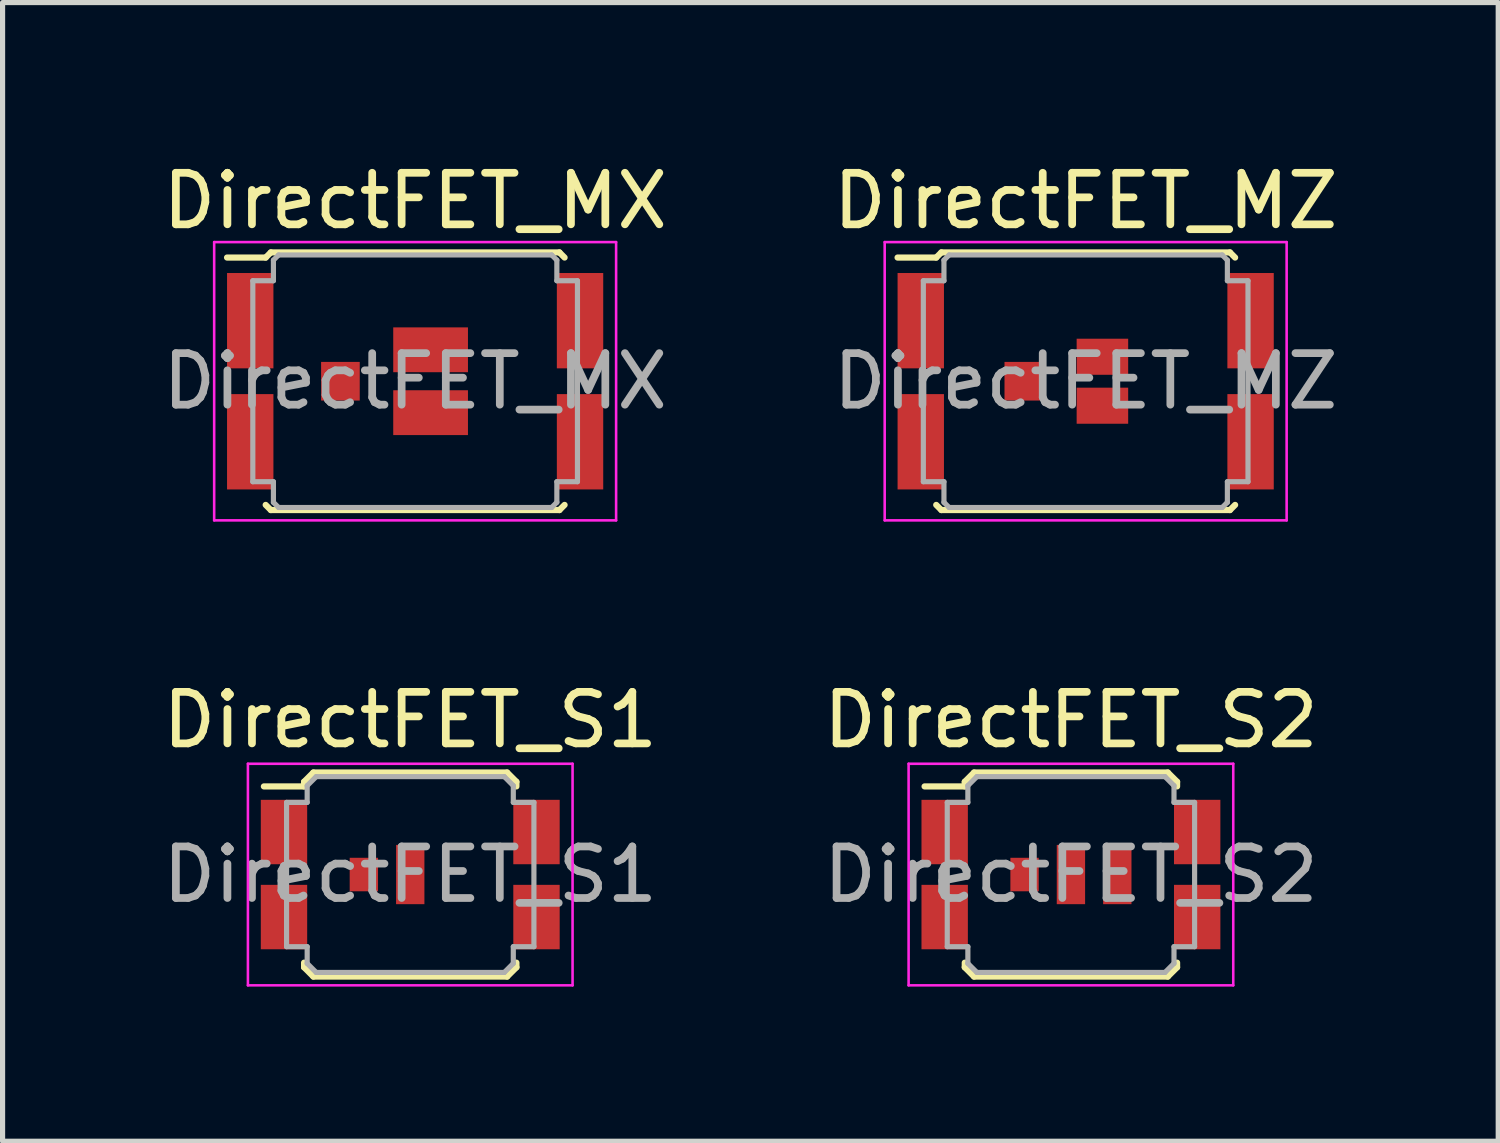
<source format=kicad_pcb>
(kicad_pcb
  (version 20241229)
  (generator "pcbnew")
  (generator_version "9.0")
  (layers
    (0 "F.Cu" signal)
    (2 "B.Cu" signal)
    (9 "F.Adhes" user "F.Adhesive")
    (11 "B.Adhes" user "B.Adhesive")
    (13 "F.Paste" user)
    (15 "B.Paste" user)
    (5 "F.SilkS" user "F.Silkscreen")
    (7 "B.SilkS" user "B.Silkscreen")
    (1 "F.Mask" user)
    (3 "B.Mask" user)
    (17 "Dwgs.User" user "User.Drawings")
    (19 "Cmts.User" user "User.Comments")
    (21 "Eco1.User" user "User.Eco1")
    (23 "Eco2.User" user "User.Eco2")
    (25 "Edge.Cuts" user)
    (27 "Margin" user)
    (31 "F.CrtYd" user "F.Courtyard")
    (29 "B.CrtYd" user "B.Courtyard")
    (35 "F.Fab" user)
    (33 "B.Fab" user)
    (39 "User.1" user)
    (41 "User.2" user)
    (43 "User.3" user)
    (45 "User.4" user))
  (footprint "DirectFET_S1"
    (layer "F.Cu")
    (at 4.911 13.921)
    (property "Reference" "DirectFET_S1" (at 0 -3 0) (layer "F.SilkS") (effects (font (size 1 1) (thickness 0.15))))
    (attr smd)
    (fp_line (start -2.84 -1.71) (end -2.06 -1.71) (stroke (width 0.12) (type solid)) (layer "F.SilkS"))
    (fp_line (start -2.06 -1.8) (end -1.88 -1.98) (stroke (width 0.12) (type solid)) (layer "F.SilkS"))
    (fp_line (start -2.06 -1.71) (end -2.06 -1.8) (stroke (width 0.12) (type solid)) (layer "F.SilkS"))
    (fp_line (start -2.06 1.71) (end -2.06 1.8) (stroke (width 0.12) (type solid)) (layer "F.SilkS"))
    (fp_line (start -2.06 1.8) (end -1.88 1.98) (stroke (width 0.12) (type solid)) (layer "F.SilkS"))
    (fp_line (start -1.88 -1.98) (end 1.88 -1.98) (stroke (width 0.12) (type solid)) (layer "F.SilkS"))
    (fp_line (start -1.88 1.98) (end 1.88 1.98) (stroke (width 0.12) (type solid)) (layer "F.SilkS"))
    (fp_line (start 2.06 -1.8) (end 1.88 -1.98) (stroke (width 0.12) (type solid)) (layer "F.SilkS"))
    (fp_line (start 2.06 -1.71) (end 2.06 -1.8) (stroke (width 0.12) (type solid)) (layer "F.SilkS"))
    (fp_line (start 2.06 1.71) (end 2.06 1.8) (stroke (width 0.12) (type solid)) (layer "F.SilkS"))
    (fp_line (start 2.06 1.8) (end 1.88 1.98) (stroke (width 0.12) (type solid)) (layer "F.SilkS"))
    (fp_line (start -3.15 -2.15) (end -3.15 2.15) (stroke (width 0.05) (type solid)) (layer "F.CrtYd"))
    (fp_line (start -3.15 -2.15) (end 3.15 -2.15) (stroke (width 0.05) (type solid)) (layer "F.CrtYd"))
    (fp_line (start -3.15 2.15) (end 3.15 2.15) (stroke (width 0.05) (type solid)) (layer "F.CrtYd"))
    (fp_line (start 3.15 -2.15) (end 3.15 2.15) (stroke (width 0.05) (type solid)) (layer "F.CrtYd"))
    (fp_line (start -2.4 -1.4) (end -2 -1.4) (stroke (width 0.1) (type solid)) (layer "F.Fab"))
    (fp_line (start -2.4 1.4) (end -2.4 -1.4) (stroke (width 0.1) (type solid)) (layer "F.Fab"))
    (fp_line (start -2.4 1.4) (end -2 1.4) (stroke (width 0.1) (type solid)) (layer "F.Fab"))
    (fp_line (start -2 -1.725) (end -1.825 -1.9) (stroke (width 0.1) (type solid)) (layer "F.Fab"))
    (fp_line (start -2 -1.4) (end -2 -1.725) (stroke (width 0.1) (type solid)) (layer "F.Fab"))
    (fp_line (start -2 1.4) (end -2 1.725) (stroke (width 0.1) (type solid)) (layer "F.Fab"))
    (fp_line (start -2 1.725) (end -1.825 1.9) (stroke (width 0.1) (type solid)) (layer "F.Fab"))
    (fp_line (start -1.825 -1.9) (end 1.825 -1.9) (stroke (width 0.1) (type solid)) (layer "F.Fab"))
    (fp_line (start -1.825 1.9) (end 1.825 1.9) (stroke (width 0.1) (type solid)) (layer "F.Fab"))
    (fp_line (start 1.825 -1.9) (end 2 -1.725) (stroke (width 0.1) (type solid)) (layer "F.Fab"))
    (fp_line (start 1.825 1.9) (end 2 1.725) (stroke (width 0.1) (type solid)) (layer "F.Fab"))
    (fp_line (start 2 -1.4) (end 2 -1.725) (stroke (width 0.1) (type solid)) (layer "F.Fab"))
    (fp_line (start 2 1.4) (end 2 1.725) (stroke (width 0.1) (type solid)) (layer "F.Fab"))
    (fp_line (start 2.4 -1.4) (end 2 -1.4) (stroke (width 0.1) (type solid)) (layer "F.Fab"))
    (fp_line (start 2.4 1.4) (end 2 1.4) (stroke (width 0.1) (type solid)) (layer "F.Fab"))
    (fp_line (start 2.4 1.4) (end 2.4 -1.4) (stroke (width 0.1) (type solid)) (layer "F.Fab"))
    (fp_text user "${REFERENCE}" (at 0 0 0) (layer "F.Fab") (effects (font (size 1 1) (thickness 0.15))))
    (pad "1" smd rect (at -2.45 -0.825) (size 0.9 1.25) (layers "F.Cu" "F.Mask" "F.Paste"))
    (pad "1" smd rect (at -2.45 0.825) (size 0.9 1.25) (layers "F.Cu" "F.Mask" "F.Paste"))
    (pad "1" smd rect (at 2.45 -0.825) (size 0.9 1.25) (layers "F.Cu" "F.Mask" "F.Paste"))
    (pad "1" smd rect (at 2.45 0.825) (size 0.9 1.25) (layers "F.Cu" "F.Mask" "F.Paste"))
    (pad "2" smd rect (at -0.9 0) (size 0.55 0.65) (layers "F.Cu" "F.Mask" "F.Paste"))
    (pad "3" smd rect (at 0 0) (size 0.55 1.15) (layers "F.Cu" "F.Mask" "F.Paste")))
  (footprint "DirectFET_MZ"
    (layer "F.Cu")
    (at 18.018 4.348)
    (property "Reference" "DirectFET_MZ" (at 0 -3.5 0) (layer "F.SilkS") (effects (font (size 1 1) (thickness 0.15))))
    (attr smd)
    (fp_line (start -3.65 -2.4) (end -2.9 -2.4) (stroke (width 0.12) (type solid)) (layer "F.SilkS"))
    (fp_line (start -2.9 -2.4) (end -2.8 -2.5) (stroke (width 0.12) (type solid)) (layer "F.SilkS"))
    (fp_line (start -2.8 -2.5) (end 2.8 -2.5) (stroke (width 0.12) (type solid)) (layer "F.SilkS"))
    (fp_line (start -2.8 2.5) (end -2.9 2.4) (stroke (width 0.12) (type solid)) (layer "F.SilkS"))
    (fp_line (start 2.8 -2.5) (end 2.9 -2.4) (stroke (width 0.12) (type solid)) (layer "F.SilkS"))
    (fp_line (start 2.8 2.5) (end -2.8 2.5) (stroke (width 0.12) (type solid)) (layer "F.SilkS"))
    (fp_line (start 2.9 2.4) (end 2.8 2.5) (stroke (width 0.12) (type solid)) (layer "F.SilkS"))
    (fp_line (start -3.9 -2.7) (end -3.9 2.7) (stroke (width 0.05) (type solid)) (layer "F.CrtYd"))
    (fp_line (start -3.9 2.7) (end 3.9 2.7) (stroke (width 0.05) (type solid)) (layer "F.CrtYd"))
    (fp_line (start 3.9 -2.7) (end -3.9 -2.7) (stroke (width 0.05) (type solid)) (layer "F.CrtYd"))
    (fp_line (start 3.9 2.7) (end 3.9 -2.7) (stroke (width 0.05) (type solid)) (layer "F.CrtYd"))
    (fp_line (start -3.15 -1.95) (end -2.75 -1.95) (stroke (width 0.1) (type solid)) (layer "F.Fab"))
    (fp_line (start -3.15 1.95) (end -3.15 -1.95) (stroke (width 0.1) (type solid)) (layer "F.Fab"))
    (fp_line (start -3.15 1.95) (end -2.75 1.95) (stroke (width 0.1) (type solid)) (layer "F.Fab"))
    (fp_line (start -2.75 -2.35) (end -2.65 -2.45) (stroke (width 0.1) (type solid)) (layer "F.Fab"))
    (fp_line (start -2.75 -1.95) (end -2.75 -2.35) (stroke (width 0.1) (type solid)) (layer "F.Fab"))
    (fp_line (start -2.75 1.95) (end -2.75 2.35) (stroke (width 0.1) (type solid)) (layer "F.Fab"))
    (fp_line (start -2.75 2.35) (end -2.65 2.45) (stroke (width 0.1) (type solid)) (layer "F.Fab"))
    (fp_line (start -2.65 2.45) (end 2.65 2.45) (stroke (width 0.1) (type solid)) (layer "F.Fab"))
    (fp_line (start 2.65 -2.45) (end -2.65 -2.45) (stroke (width 0.1) (type solid)) (layer "F.Fab"))
    (fp_line (start 2.65 -2.45) (end 2.75 -2.35) (stroke (width 0.1) (type solid)) (layer "F.Fab"))
    (fp_line (start 2.75 -2.35) (end 2.75 -1.95) (stroke (width 0.1) (type solid)) (layer "F.Fab"))
    (fp_line (start 2.75 -1.95) (end 3.15 -1.95) (stroke (width 0.1) (type solid)) (layer "F.Fab"))
    (fp_line (start 2.75 1.95) (end 2.75 2.35) (stroke (width 0.1) (type solid)) (layer "F.Fab"))
    (fp_line (start 2.75 2.35) (end 2.65 2.45) (stroke (width 0.1) (type solid)) (layer "F.Fab"))
    (fp_line (start 3.15 -1.95) (end 3.15 1.95) (stroke (width 0.1) (type solid)) (layer "F.Fab"))
    (fp_line (start 3.15 1.95) (end 2.75 1.95) (stroke (width 0.1) (type solid)) (layer "F.Fab"))
    (fp_text user "${REFERENCE}" (at 0 0 0) (layer "F.Fab") (effects (font (size 1 1) (thickness 0.15))))
    (pad "1" smd rect (at -3.2 -1.175) (size 0.9 1.85) (layers "F.Cu" "F.Mask" "F.Paste"))
    (pad "1" smd rect (at -3.2 1.175) (size 0.9 1.85) (layers "F.Cu" "F.Mask" "F.Paste"))
    (pad "1" smd rect (at 3.2 -1.175) (size 0.9 1.85) (layers "F.Cu" "F.Mask" "F.Paste"))
    (pad "1" smd rect (at 3.2 1.175) (size 0.9 1.85) (layers "F.Cu" "F.Mask" "F.Paste"))
    (pad "2" smd rect (at -1.2 0) (size 0.75 0.75) (layers "F.Cu" "F.Mask" "F.Paste"))
    (pad "3" smd rect (at 0.325 -0.475) (size 1 0.7) (layers "F.Cu" "F.Mask" "F.Paste"))
    (pad "3" smd rect (at 0.325 0.475) (size 1 0.7) (layers "F.Cu" "F.Mask" "F.Paste")))
  (footprint "DirectFET_MX"
    (layer "F.Cu")
    (at 5.006 4.348)
    (property "Reference" "DirectFET_MX" (at 0 -3.5 0) (layer "F.SilkS") (effects (font (size 1 1) (thickness 0.15))))
    (attr smd)
    (fp_line (start -3.65 -2.4) (end -2.9 -2.4) (stroke (width 0.12) (type solid)) (layer "F.SilkS"))
    (fp_line (start -2.9 -2.4) (end -2.8 -2.5) (stroke (width 0.12) (type solid)) (layer "F.SilkS"))
    (fp_line (start -2.8 -2.5) (end 2.8 -2.5) (stroke (width 0.12) (type solid)) (layer "F.SilkS"))
    (fp_line (start -2.8 2.5) (end -2.9 2.4) (stroke (width 0.12) (type solid)) (layer "F.SilkS"))
    (fp_line (start 2.8 -2.5) (end 2.9 -2.4) (stroke (width 0.12) (type solid)) (layer "F.SilkS"))
    (fp_line (start 2.8 2.5) (end -2.8 2.5) (stroke (width 0.12) (type solid)) (layer "F.SilkS"))
    (fp_line (start 2.9 2.4) (end 2.8 2.5) (stroke (width 0.12) (type solid)) (layer "F.SilkS"))
    (fp_line (start -3.9 -2.7) (end -3.9 2.7) (stroke (width 0.05) (type solid)) (layer "F.CrtYd"))
    (fp_line (start -3.9 2.7) (end 3.9 2.7) (stroke (width 0.05) (type solid)) (layer "F.CrtYd"))
    (fp_line (start 3.9 -2.7) (end -3.9 -2.7) (stroke (width 0.05) (type solid)) (layer "F.CrtYd"))
    (fp_line (start 3.9 2.7) (end 3.9 -2.7) (stroke (width 0.05) (type solid)) (layer "F.CrtYd"))
    (fp_line (start -3.15 -1.95) (end -2.75 -1.95) (stroke (width 0.1) (type solid)) (layer "F.Fab"))
    (fp_line (start -3.15 1.95) (end -3.15 -1.95) (stroke (width 0.1) (type solid)) (layer "F.Fab"))
    (fp_line (start -3.15 1.95) (end -2.75 1.95) (stroke (width 0.1) (type solid)) (layer "F.Fab"))
    (fp_line (start -2.75 -2.35) (end -2.65 -2.45) (stroke (width 0.1) (type solid)) (layer "F.Fab"))
    (fp_line (start -2.75 -1.95) (end -2.75 -2.35) (stroke (width 0.1) (type solid)) (layer "F.Fab"))
    (fp_line (start -2.75 1.95) (end -2.75 2.35) (stroke (width 0.1) (type solid)) (layer "F.Fab"))
    (fp_line (start -2.75 2.35) (end -2.65 2.45) (stroke (width 0.1) (type solid)) (layer "F.Fab"))
    (fp_line (start -2.65 2.45) (end 2.65 2.45) (stroke (width 0.1) (type solid)) (layer "F.Fab"))
    (fp_line (start 2.65 -2.45) (end -2.65 -2.45) (stroke (width 0.1) (type solid)) (layer "F.Fab"))
    (fp_line (start 2.65 -2.45) (end 2.75 -2.35) (stroke (width 0.1) (type solid)) (layer "F.Fab"))
    (fp_line (start 2.75 -2.35) (end 2.75 -1.95) (stroke (width 0.1) (type solid)) (layer "F.Fab"))
    (fp_line (start 2.75 -1.95) (end 3.15 -1.95) (stroke (width 0.1) (type solid)) (layer "F.Fab"))
    (fp_line (start 2.75 1.95) (end 2.75 2.35) (stroke (width 0.1) (type solid)) (layer "F.Fab"))
    (fp_line (start 2.75 2.35) (end 2.65 2.45) (stroke (width 0.1) (type solid)) (layer "F.Fab"))
    (fp_line (start 3.15 -1.95) (end 3.15 1.95) (stroke (width 0.1) (type solid)) (layer "F.Fab"))
    (fp_line (start 3.15 1.95) (end 2.75 1.95) (stroke (width 0.1) (type solid)) (layer "F.Fab"))
    (fp_text user "${REFERENCE}" (at 0 0 0) (layer "F.Fab") (effects (font (size 1 1) (thickness 0.15))))
    (pad "1" smd rect (at -3.2 -1.175) (size 0.9 1.85) (layers "F.Cu" "F.Mask" "F.Paste"))
    (pad "1" smd rect (at -3.2 1.175) (size 0.9 1.85) (layers "F.Cu" "F.Mask" "F.Paste"))
    (pad "1" smd rect (at 3.2 -1.175) (size 0.9 1.85) (layers "F.Cu" "F.Mask" "F.Paste"))
    (pad "1" smd rect (at 3.2 1.175) (size 0.9 1.85) (layers "F.Cu" "F.Mask" "F.Paste"))
    (pad "2" smd rect (at -1.45 0) (size 0.75 0.75) (layers "F.Cu" "F.Mask" "F.Paste"))
    (pad "3" smd rect (at 0.3 -0.61) (size 1.45 0.87) (layers "F.Cu" "F.Mask" "F.Paste"))
    (pad "3" smd rect (at 0.3 0.61) (size 1.45 0.87) (layers "F.Cu" "F.Mask" "F.Paste")))
  (footprint "DirectFET_S2"
    (layer "F.Cu")
    (at 17.732 13.921)
    (property "Reference" "DirectFET_S2" (at 0 -3 0) (layer "F.SilkS") (effects (font (size 1 1) (thickness 0.15))))
    (attr smd)
    (fp_line (start -2.84 -1.71) (end -2.06 -1.71) (stroke (width 0.12) (type solid)) (layer "F.SilkS"))
    (fp_line (start -2.06 -1.8) (end -1.88 -1.98) (stroke (width 0.12) (type solid)) (layer "F.SilkS"))
    (fp_line (start -2.06 -1.71) (end -2.06 -1.8) (stroke (width 0.12) (type solid)) (layer "F.SilkS"))
    (fp_line (start -2.06 1.71) (end -2.06 1.8) (stroke (width 0.12) (type solid)) (layer "F.SilkS"))
    (fp_line (start -2.06 1.8) (end -1.88 1.98) (stroke (width 0.12) (type solid)) (layer "F.SilkS"))
    (fp_line (start -1.88 -1.98) (end 1.88 -1.98) (stroke (width 0.12) (type solid)) (layer "F.SilkS"))
    (fp_line (start -1.88 1.98) (end 1.88 1.98) (stroke (width 0.12) (type solid)) (layer "F.SilkS"))
    (fp_line (start 2.06 -1.8) (end 1.88 -1.98) (stroke (width 0.12) (type solid)) (layer "F.SilkS"))
    (fp_line (start 2.06 -1.71) (end 2.06 -1.8) (stroke (width 0.12) (type solid)) (layer "F.SilkS"))
    (fp_line (start 2.06 1.71) (end 2.06 1.8) (stroke (width 0.12) (type solid)) (layer "F.SilkS"))
    (fp_line (start 2.06 1.8) (end 1.88 1.98) (stroke (width 0.12) (type solid)) (layer "F.SilkS"))
    (fp_line (start -3.15 -2.15) (end -3.15 2.15) (stroke (width 0.05) (type solid)) (layer "F.CrtYd"))
    (fp_line (start -3.15 -2.15) (end 3.15 -2.15) (stroke (width 0.05) (type solid)) (layer "F.CrtYd"))
    (fp_line (start -3.15 2.15) (end 3.15 2.15) (stroke (width 0.05) (type solid)) (layer "F.CrtYd"))
    (fp_line (start 3.15 -2.15) (end 3.15 2.15) (stroke (width 0.05) (type solid)) (layer "F.CrtYd"))
    (fp_line (start -2.4 -1.4) (end -2 -1.4) (stroke (width 0.1) (type solid)) (layer "F.Fab"))
    (fp_line (start -2.4 1.4) (end -2.4 -1.4) (stroke (width 0.1) (type solid)) (layer "F.Fab"))
    (fp_line (start -2.4 1.4) (end -2 1.4) (stroke (width 0.1) (type solid)) (layer "F.Fab"))
    (fp_line (start -2 -1.725) (end -1.825 -1.9) (stroke (width 0.1) (type solid)) (layer "F.Fab"))
    (fp_line (start -2 -1.4) (end -2 -1.725) (stroke (width 0.1) (type solid)) (layer "F.Fab"))
    (fp_line (start -2 1.4) (end -2 1.725) (stroke (width 0.1) (type solid)) (layer "F.Fab"))
    (fp_line (start -2 1.725) (end -1.825 1.9) (stroke (width 0.1) (type solid)) (layer "F.Fab"))
    (fp_line (start -1.825 -1.9) (end 1.825 -1.9) (stroke (width 0.1) (type solid)) (layer "F.Fab"))
    (fp_line (start -1.825 1.9) (end 1.825 1.9) (stroke (width 0.1) (type solid)) (layer "F.Fab"))
    (fp_line (start 1.825 -1.9) (end 2 -1.725) (stroke (width 0.1) (type solid)) (layer "F.Fab"))
    (fp_line (start 1.825 1.9) (end 2 1.725) (stroke (width 0.1) (type solid)) (layer "F.Fab"))
    (fp_line (start 2 -1.4) (end 2 -1.725) (stroke (width 0.1) (type solid)) (layer "F.Fab"))
    (fp_line (start 2 1.4) (end 2 1.725) (stroke (width 0.1) (type solid)) (layer "F.Fab"))
    (fp_line (start 2.4 -1.4) (end 2 -1.4) (stroke (width 0.1) (type solid)) (layer "F.Fab"))
    (fp_line (start 2.4 1.4) (end 2 1.4) (stroke (width 0.1) (type solid)) (layer "F.Fab"))
    (fp_line (start 2.4 1.4) (end 2.4 -1.4) (stroke (width 0.1) (type solid)) (layer "F.Fab"))
    (fp_text user "${REFERENCE}" (at 0 0 0) (layer "F.Fab") (effects (font (size 1 1) (thickness 0.15))))
    (pad "1" smd rect (at -2.45 -0.825) (size 0.9 1.25) (layers "F.Cu" "F.Mask" "F.Paste"))
    (pad "1" smd rect (at -2.45 0.825) (size 0.9 1.25) (layers "F.Cu" "F.Mask" "F.Paste"))
    (pad "1" smd rect (at 2.45 -0.825) (size 0.9 1.25) (layers "F.Cu" "F.Mask" "F.Paste"))
    (pad "1" smd rect (at 2.45 0.825) (size 0.9 1.25) (layers "F.Cu" "F.Mask" "F.Paste"))
    (pad "2" smd rect (at -0.9 0) (size 0.55 0.65) (layers "F.Cu" "F.Mask" "F.Paste"))
    (pad "3" smd rect (at 0 0) (size 0.55 1.15) (layers "F.Cu" "F.Mask" "F.Paste"))
    (pad "3" smd rect (at 0.9 0) (size 0.55 1.15) (layers "F.Cu" "F.Mask" "F.Paste")))
  (gr_rect
    (start -3 -3)
    (end 26.024 19.096)
    (stroke (width 0.1) (type default))
    (fill no)
    (layer "Edge.Cuts")))
</source>
